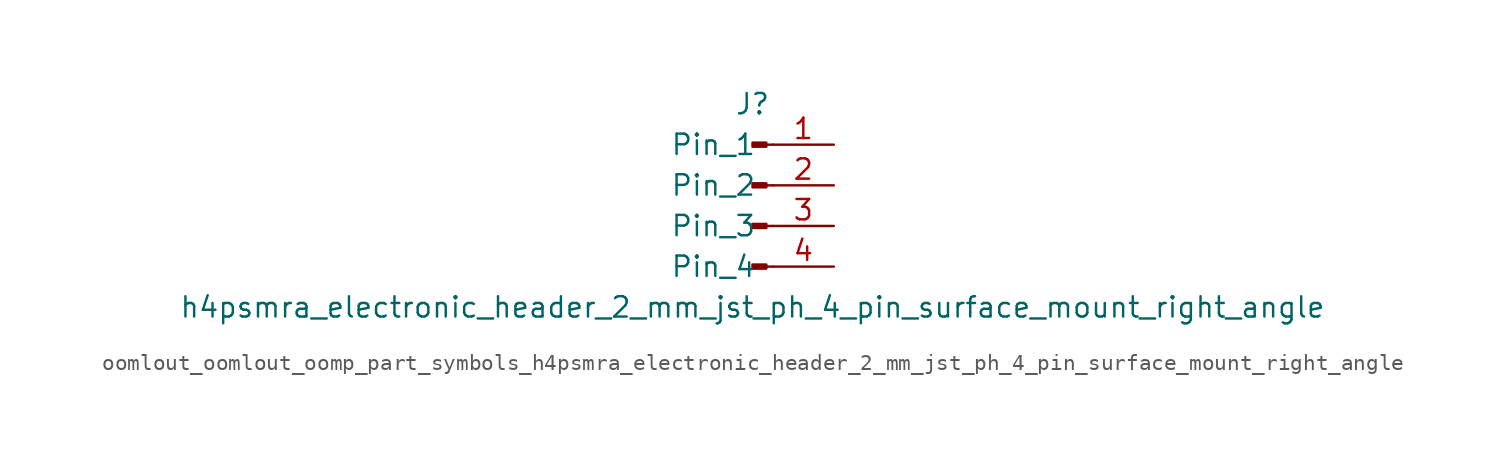
<source format=kicad_sym>
(kicad_symbol_lib
  (version 20220914)
  (generator kicad_symbol_editor)
  (symbol "oomlout_oomlout_oomp_part_symbols_h4psmra_electronic_header_2_mm_jst_ph_4_pin_surface_mount_right_angle"
    (pin_names
      (offset 1.016))
    (property "Reference" "J"
      (at 0 5.08 0)
      (effects (font (size 1.27 1.27))))
    (property "Value" "h4psmra_electronic_header_2_mm_jst_ph_4_pin_surface_mount_right_angle"
      (at 0 -7.62 0)
      (effects (font (size 1.27 1.27))))
    (property "ki_locked" ""
      (at 0 0 0)
      (effects (font (size 1.27 1.27))))
    (symbol "oomlout_oomlout_oomp_part_symbols_h4psmra_electronic_header_2_mm_jst_ph_4_pin_surface_mount_right_angle_1_1"
      (polyline (pts (xy 1.27 -5.08) (xy 0.864 -5.08)) (stroke (width 0.152) (type default)) (fill (type none)))
      (polyline (pts (xy 1.27 -2.54) (xy 0.864 -2.54)) (stroke (width 0.152) (type default)) (fill (type none)))
      (polyline (pts (xy 1.27 0) (xy 0.864 0)) (stroke (width 0.152) (type default)) (fill (type none)))
      (polyline (pts (xy 1.27 2.54) (xy 0.864 2.54)) (stroke (width 0.152) (type default)) (fill (type none)))
      (rectangle (start 0.864 -4.953) (end 0 -5.207) (stroke (width 0.152) (type default)) (fill (type outline)))
      (rectangle (start 0.864 -2.413) (end 0 -2.667) (stroke (width 0.152) (type default)) (fill (type outline)))
      (rectangle (start 0.864 0.127) (end 0 -0.127) (stroke (width 0.152) (type default)) (fill (type outline)))
      (rectangle (start 0.864 2.667) (end 0 2.413) (stroke (width 0.152) (type default)) (fill (type outline)))
      (pin passive line (at 5.08 2.54 180) (length 3.81) (name "Pin_1" (effects (font (size 1.27 1.27)))) (number "1" (effects (font (size 1.27 1.27)))))
      (pin passive line (at 5.08 0 180) (length 3.81) (name "Pin_2" (effects (font (size 1.27 1.27)))) (number "2" (effects (font (size 1.27 1.27)))))
      (pin passive line (at 5.08 -2.54 180) (length 3.81) (name "Pin_3" (effects (font (size 1.27 1.27)))) (number "3" (effects (font (size 1.27 1.27)))))
      (pin passive line (at 5.08 -5.08 180) (length 3.81) (name "Pin_4" (effects (font (size 1.27 1.27)))) (number "4" (effects (font (size 1.27 1.27))))))))
</source>
